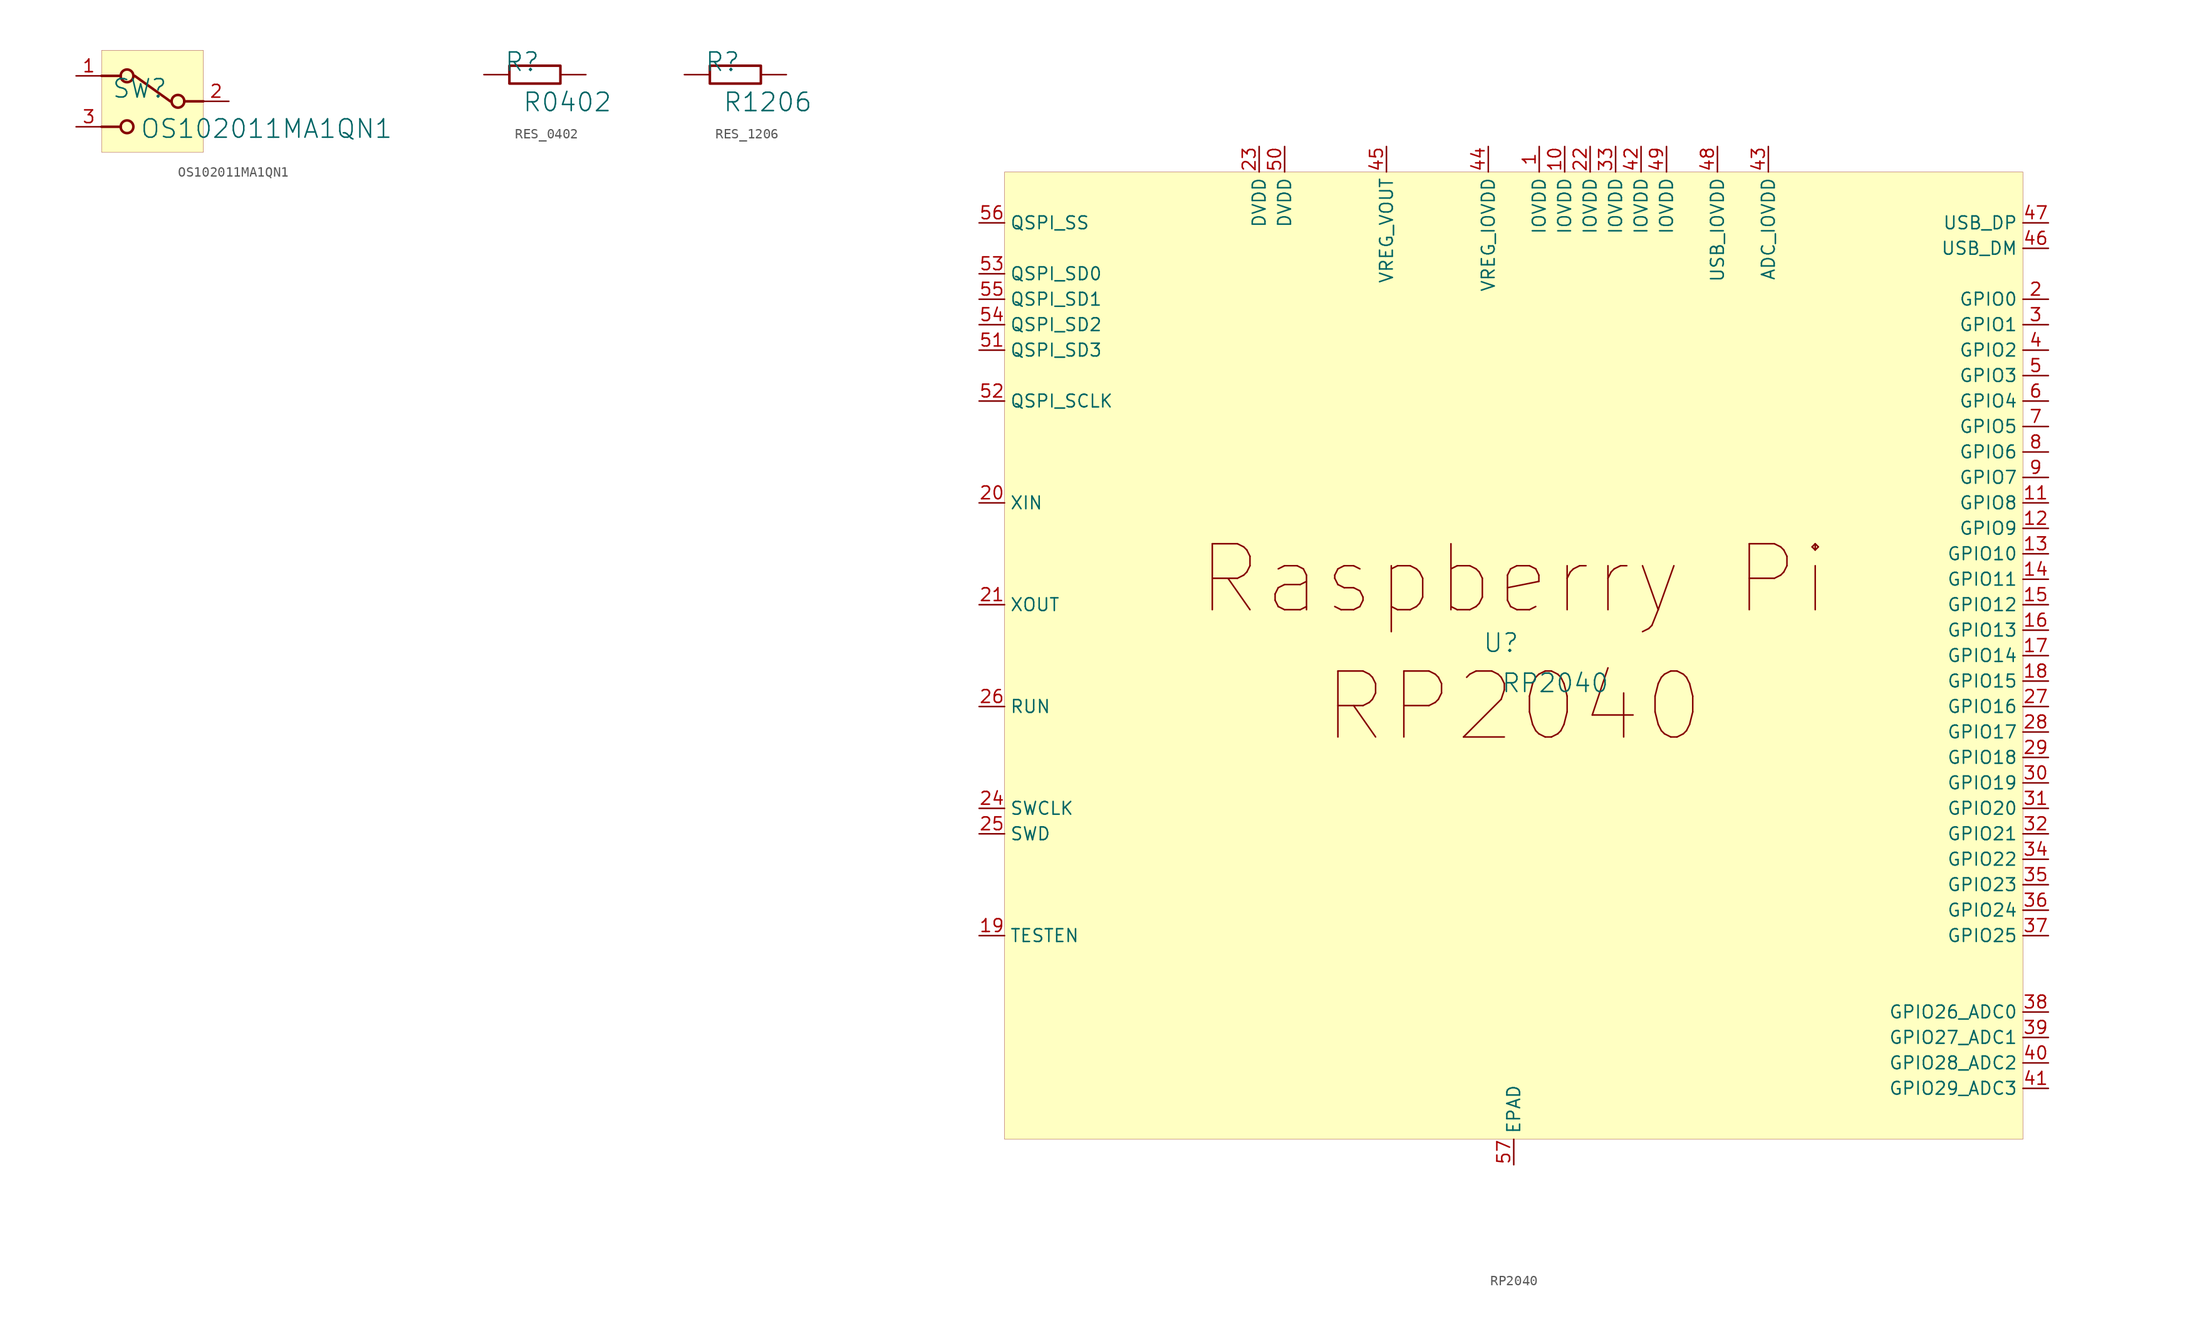
<source format=kicad_sym>
(kicad_symbol_lib
  (version 20231120)
  (generator "kicad_symbol_editor")
  (generator_version "8.0")
  (symbol "OS102011MA1QN1"
    (property "Reference" "SW"
      (at -1.27 1.27 0)
      (effects (font (size 1.829 1.829))))
    (property "Value" "OS102011MA1QN1"
      (at -1.27 -3.81 0)
      (effects (font (size 1.829 1.829)) (justify left bottom)))
    (symbol "OS102011MA1QN1_1_0"
      (circle (center -2.54 -2.54) (radius 0.635) (stroke (width 0.254) (type solid)) (fill (type none)))
      (circle (center -2.54 2.54) (radius 0.635) (stroke (width 0.254) (type solid)) (fill (type none)))
      (polyline (pts (xy -5.08 -2.54) (xy -3.175 -2.54)) (stroke (width 0.254) (type solid)) (fill (type none)))
      (polyline (pts (xy -5.08 2.54) (xy -3.175 2.54)) (stroke (width 0.254) (type solid)) (fill (type none)))
      (polyline (pts (xy -1.778 2.54) (xy 1.778 0)) (stroke (width 0.254) (type solid)) (fill (type none)))
      (polyline (pts (xy 5.08 0) (xy 3.175 0)) (stroke (width 0.254) (type solid)) (fill (type none)))
      (circle (center 2.54 0) (radius 0.635) (stroke (width 0.254) (type solid)) (fill (type none)))
      (rectangle (start 5.08 5.08) (end -5.08 -5.08) (stroke (width 0.025) (type solid) (color 128 0 0 1)) (fill (type background)))
      (pin passive line (at -7.62 2.54 0) (length 2.54) (name "1" (effects (font (size 0 0)))) (number "1" (effects (font (size 1.27 1.27)))))
      (pin passive line (at 7.62 0 180) (length 2.54) (name "COM" (effects (font (size 0 0)))) (number "2" (effects (font (size 1.27 1.27)))))
      (pin passive line (at -7.62 -2.54 0) (length 2.54) (name "3" (effects (font (size 0 0)))) (number "3" (effects (font (size 1.27 1.27)))))))
  (symbol "RES_0402"
    (property "Reference" "R"
      (at -1.27 1.27 0)
      (effects (font (size 1.829 1.829))))
    (property "Value" "R0402"
      (at -1.27 -3.81 0)
      (effects (font (size 1.829 1.829)) (justify left bottom)))
    (symbol "RES_0402_1_0"
      (polyline (pts (xy -2.54 0) (xy -2.54 0.889) (xy 2.54 0.889) (xy 2.54 -0.889) (xy -2.54 -0.889) (xy -2.54 0)) (stroke (width 0.254) (type solid)) (fill (type none)))
      (pin passive line (at -5.08 0 0) (length 2.54) (name "1" (effects (font (size 0 0)))) (number "1" (effects (font (size 0 0)))))
      (pin passive line (at 5.08 0 180) (length 2.54) (name "2" (effects (font (size 0 0)))) (number "2" (effects (font (size 0 0)))))))
  (symbol "RES_1206"
    (property "Reference" "R"
      (at -1.27 1.27 0)
      (effects (font (size 1.829 1.829))))
    (property "Value" "R1206"
      (at -1.27 -3.81 0)
      (effects (font (size 1.829 1.829)) (justify left bottom)))
    (symbol "RES_1206_1_0"
      (polyline (pts (xy -2.54 0) (xy -2.54 0.889) (xy 2.54 0.889) (xy 2.54 -0.889) (xy -2.54 -0.889) (xy -2.54 0)) (stroke (width 0.254) (type solid)) (fill (type none)))
      (pin passive line (at -5.08 0 0) (length 2.54) (name "1" (effects (font (size 0 0)))) (number "1" (effects (font (size 0 0)))))
      (pin passive line (at 5.08 0 180) (length 2.54) (name "2" (effects (font (size 0 0)))) (number "2" (effects (font (size 0 0)))))))
  (symbol "RP2040"
    (property "Reference" "U"
      (at -1.27 1.27 0)
      (effects (font (size 1.829 1.829))))
    (property "Value" "RP2040"
      (at -1.27 -3.81 0)
      (effects (font (size 1.829 1.829)) (justify left bottom)))
    (symbol "RP2040_1_0"
      (rectangle (start 50.8 48.26) (end -50.8 -48.26) (stroke (width 0.025) (type solid) (color 128 0 0 1)) (fill (type background)))
      (text "Raspberry Pi" (at 0 7.62 0) (effects (font (size 6.579 6.579))))
      (text "RP2040" (at 0 -5.08 0) (effects (font (size 6.579 6.579))))
      (pin power_in line (at 2.54 50.8 270) (length 2.54) (name "IOVDD" (effects (font (size 1.27 1.27)))) (number "1" (effects (font (size 1.27 1.27)))))
      (pin power_in line (at 5.08 50.8 270) (length 2.54) (name "IOVDD" (effects (font (size 1.27 1.27)))) (number "10" (effects (font (size 1.27 1.27)))))
      (pin bidirectional line (at 53.34 15.24 180) (length 2.54) (name "GPIO8" (effects (font (size 1.27 1.27)))) (number "11" (effects (font (size 1.27 1.27)))))
      (pin bidirectional line (at 53.34 12.7 180) (length 2.54) (name "GPIO9" (effects (font (size 1.27 1.27)))) (number "12" (effects (font (size 1.27 1.27)))))
      (pin bidirectional line (at 53.34 10.16 180) (length 2.54) (name "GPIO10" (effects (font (size 1.27 1.27)))) (number "13" (effects (font (size 1.27 1.27)))))
      (pin bidirectional line (at 53.34 7.62 180) (length 2.54) (name "GPIO11" (effects (font (size 1.27 1.27)))) (number "14" (effects (font (size 1.27 1.27)))))
      (pin bidirectional line (at 53.34 5.08 180) (length 2.54) (name "GPIO12" (effects (font (size 1.27 1.27)))) (number "15" (effects (font (size 1.27 1.27)))))
      (pin bidirectional line (at 53.34 2.54 180) (length 2.54) (name "GPIO13" (effects (font (size 1.27 1.27)))) (number "16" (effects (font (size 1.27 1.27)))))
      (pin bidirectional line (at 53.34 0 180) (length 2.54) (name "GPIO14" (effects (font (size 1.27 1.27)))) (number "17" (effects (font (size 1.27 1.27)))))
      (pin bidirectional line (at 53.34 -2.54 180) (length 2.54) (name "GPIO15" (effects (font (size 1.27 1.27)))) (number "18" (effects (font (size 1.27 1.27)))))
      (pin input line (at -53.34 -27.94 0) (length 2.54) (name "TESTEN" (effects (font (size 1.27 1.27)))) (number "19" (effects (font (size 1.27 1.27)))))
      (pin bidirectional line (at 53.34 35.56 180) (length 2.54) (name "GPIO0" (effects (font (size 1.27 1.27)))) (number "2" (effects (font (size 1.27 1.27)))))
      (pin input line (at -53.34 15.24 0) (length 2.54) (name "XIN" (effects (font (size 1.27 1.27)))) (number "20" (effects (font (size 1.27 1.27)))))
      (pin output line (at -53.34 5.08 0) (length 2.54) (name "XOUT" (effects (font (size 1.27 1.27)))) (number "21" (effects (font (size 1.27 1.27)))))
      (pin power_in line (at 7.62 50.8 270) (length 2.54) (name "IOVDD" (effects (font (size 1.27 1.27)))) (number "22" (effects (font (size 1.27 1.27)))))
      (pin power_in line (at -25.4 50.8 270) (length 2.54) (name "DVDD" (effects (font (size 1.27 1.27)))) (number "23" (effects (font (size 1.27 1.27)))))
      (pin input line (at -53.34 -15.24 0) (length 2.54) (name "SWCLK" (effects (font (size 1.27 1.27)))) (number "24" (effects (font (size 1.27 1.27)))))
      (pin bidirectional line (at -53.34 -17.78 0) (length 2.54) (name "SWD" (effects (font (size 1.27 1.27)))) (number "25" (effects (font (size 1.27 1.27)))))
      (pin input line (at -53.34 -5.08 0) (length 2.54) (name "RUN" (effects (font (size 1.27 1.27)))) (number "26" (effects (font (size 1.27 1.27)))))
      (pin bidirectional line (at 53.34 -5.08 180) (length 2.54) (name "GPIO16" (effects (font (size 1.27 1.27)))) (number "27" (effects (font (size 1.27 1.27)))))
      (pin bidirectional line (at 53.34 -7.62 180) (length 2.54) (name "GPIO17" (effects (font (size 1.27 1.27)))) (number "28" (effects (font (size 1.27 1.27)))))
      (pin bidirectional line (at 53.34 -10.16 180) (length 2.54) (name "GPIO18" (effects (font (size 1.27 1.27)))) (number "29" (effects (font (size 1.27 1.27)))))
      (pin bidirectional line (at 53.34 33.02 180) (length 2.54) (name "GPIO1" (effects (font (size 1.27 1.27)))) (number "3" (effects (font (size 1.27 1.27)))))
      (pin bidirectional line (at 53.34 -12.7 180) (length 2.54) (name "GPIO19" (effects (font (size 1.27 1.27)))) (number "30" (effects (font (size 1.27 1.27)))))
      (pin bidirectional line (at 53.34 -15.24 180) (length 2.54) (name "GPIO20" (effects (font (size 1.27 1.27)))) (number "31" (effects (font (size 1.27 1.27)))))
      (pin bidirectional line (at 53.34 -17.78 180) (length 2.54) (name "GPIO21" (effects (font (size 1.27 1.27)))) (number "32" (effects (font (size 1.27 1.27)))))
      (pin power_in line (at 10.16 50.8 270) (length 2.54) (name "IOVDD" (effects (font (size 1.27 1.27)))) (number "33" (effects (font (size 1.27 1.27)))))
      (pin bidirectional line (at 53.34 -20.32 180) (length 2.54) (name "GPIO22" (effects (font (size 1.27 1.27)))) (number "34" (effects (font (size 1.27 1.27)))))
      (pin bidirectional line (at 53.34 -22.86 180) (length 2.54) (name "GPIO23" (effects (font (size 1.27 1.27)))) (number "35" (effects (font (size 1.27 1.27)))))
      (pin bidirectional line (at 53.34 -25.4 180) (length 2.54) (name "GPIO24" (effects (font (size 1.27 1.27)))) (number "36" (effects (font (size 1.27 1.27)))))
      (pin bidirectional line (at 53.34 -27.94 180) (length 2.54) (name "GPIO25" (effects (font (size 1.27 1.27)))) (number "37" (effects (font (size 1.27 1.27)))))
      (pin bidirectional line (at 53.34 -35.56 180) (length 2.54) (name "GPIO26_ADC0" (effects (font (size 1.27 1.27)))) (number "38" (effects (font (size 1.27 1.27)))))
      (pin bidirectional line (at 53.34 -38.1 180) (length 2.54) (name "GPIO27_ADC1" (effects (font (size 1.27 1.27)))) (number "39" (effects (font (size 1.27 1.27)))))
      (pin bidirectional line (at 53.34 30.48 180) (length 2.54) (name "GPIO2" (effects (font (size 1.27 1.27)))) (number "4" (effects (font (size 1.27 1.27)))))
      (pin bidirectional line (at 53.34 -40.64 180) (length 2.54) (name "GPIO28_ADC2" (effects (font (size 1.27 1.27)))) (number "40" (effects (font (size 1.27 1.27)))))
      (pin bidirectional line (at 53.34 -43.18 180) (length 2.54) (name "GPIO29_ADC3" (effects (font (size 1.27 1.27)))) (number "41" (effects (font (size 1.27 1.27)))))
      (pin power_in line (at 12.7 50.8 270) (length 2.54) (name "IOVDD" (effects (font (size 1.27 1.27)))) (number "42" (effects (font (size 1.27 1.27)))))
      (pin power_in line (at 25.4 50.8 270) (length 2.54) (name "ADC_IOVDD" (effects (font (size 1.27 1.27)))) (number "43" (effects (font (size 1.27 1.27)))))
      (pin power_in line (at -2.54 50.8 270) (length 2.54) (name "VREG_IOVDD" (effects (font (size 1.27 1.27)))) (number "44" (effects (font (size 1.27 1.27)))))
      (pin power_in line (at -12.7 50.8 270) (length 2.54) (name "VREG_VOUT" (effects (font (size 1.27 1.27)))) (number "45" (effects (font (size 1.27 1.27)))))
      (pin bidirectional line (at 53.34 40.64 180) (length 2.54) (name "USB_DM" (effects (font (size 1.27 1.27)))) (number "46" (effects (font (size 1.27 1.27)))))
      (pin bidirectional line (at 53.34 43.18 180) (length 2.54) (name "USB_DP" (effects (font (size 1.27 1.27)))) (number "47" (effects (font (size 1.27 1.27)))))
      (pin power_in line (at 20.32 50.8 270) (length 2.54) (name "USB_IOVDD" (effects (font (size 1.27 1.27)))) (number "48" (effects (font (size 1.27 1.27)))))
      (pin power_in line (at 15.24 50.8 270) (length 2.54) (name "IOVDD" (effects (font (size 1.27 1.27)))) (number "49" (effects (font (size 1.27 1.27)))))
      (pin bidirectional line (at 53.34 27.94 180) (length 2.54) (name "GPIO3" (effects (font (size 1.27 1.27)))) (number "5" (effects (font (size 1.27 1.27)))))
      (pin power_in line (at -22.86 50.8 270) (length 2.54) (name "DVDD" (effects (font (size 1.27 1.27)))) (number "50" (effects (font (size 1.27 1.27)))))
      (pin bidirectional line (at -53.34 30.48 0) (length 2.54) (name "QSPI_SD3" (effects (font (size 1.27 1.27)))) (number "51" (effects (font (size 1.27 1.27)))))
      (pin output line (at -53.34 25.4 0) (length 2.54) (name "QSPI_SCLK" (effects (font (size 1.27 1.27)))) (number "52" (effects (font (size 1.27 1.27)))))
      (pin bidirectional line (at -53.34 38.1 0) (length 2.54) (name "QSPI_SD0" (effects (font (size 1.27 1.27)))) (number "53" (effects (font (size 1.27 1.27)))))
      (pin bidirectional line (at -53.34 33.02 0) (length 2.54) (name "QSPI_SD2" (effects (font (size 1.27 1.27)))) (number "54" (effects (font (size 1.27 1.27)))))
      (pin bidirectional line (at -53.34 35.56 0) (length 2.54) (name "QSPI_SD1" (effects (font (size 1.27 1.27)))) (number "55" (effects (font (size 1.27 1.27)))))
      (pin output line (at -53.34 43.18 0) (length 2.54) (name "QSPI_SS" (effects (font (size 1.27 1.27)))) (number "56" (effects (font (size 1.27 1.27)))))
      (pin power_in line (at 0 -50.8 90) (length 2.54) (name "EPAD" (effects (font (size 1.27 1.27)))) (number "57" (effects (font (size 1.27 1.27)))))
      (pin bidirectional line (at 53.34 25.4 180) (length 2.54) (name "GPIO4" (effects (font (size 1.27 1.27)))) (number "6" (effects (font (size 1.27 1.27)))))
      (pin bidirectional line (at 53.34 22.86 180) (length 2.54) (name "GPIO5" (effects (font (size 1.27 1.27)))) (number "7" (effects (font (size 1.27 1.27)))))
      (pin bidirectional line (at 53.34 20.32 180) (length 2.54) (name "GPIO6" (effects (font (size 1.27 1.27)))) (number "8" (effects (font (size 1.27 1.27)))))
      (pin bidirectional line (at 53.34 17.78 180) (length 2.54) (name "GPIO7" (effects (font (size 1.27 1.27)))) (number "9" (effects (font (size 1.27 1.27))))))))
</source>
